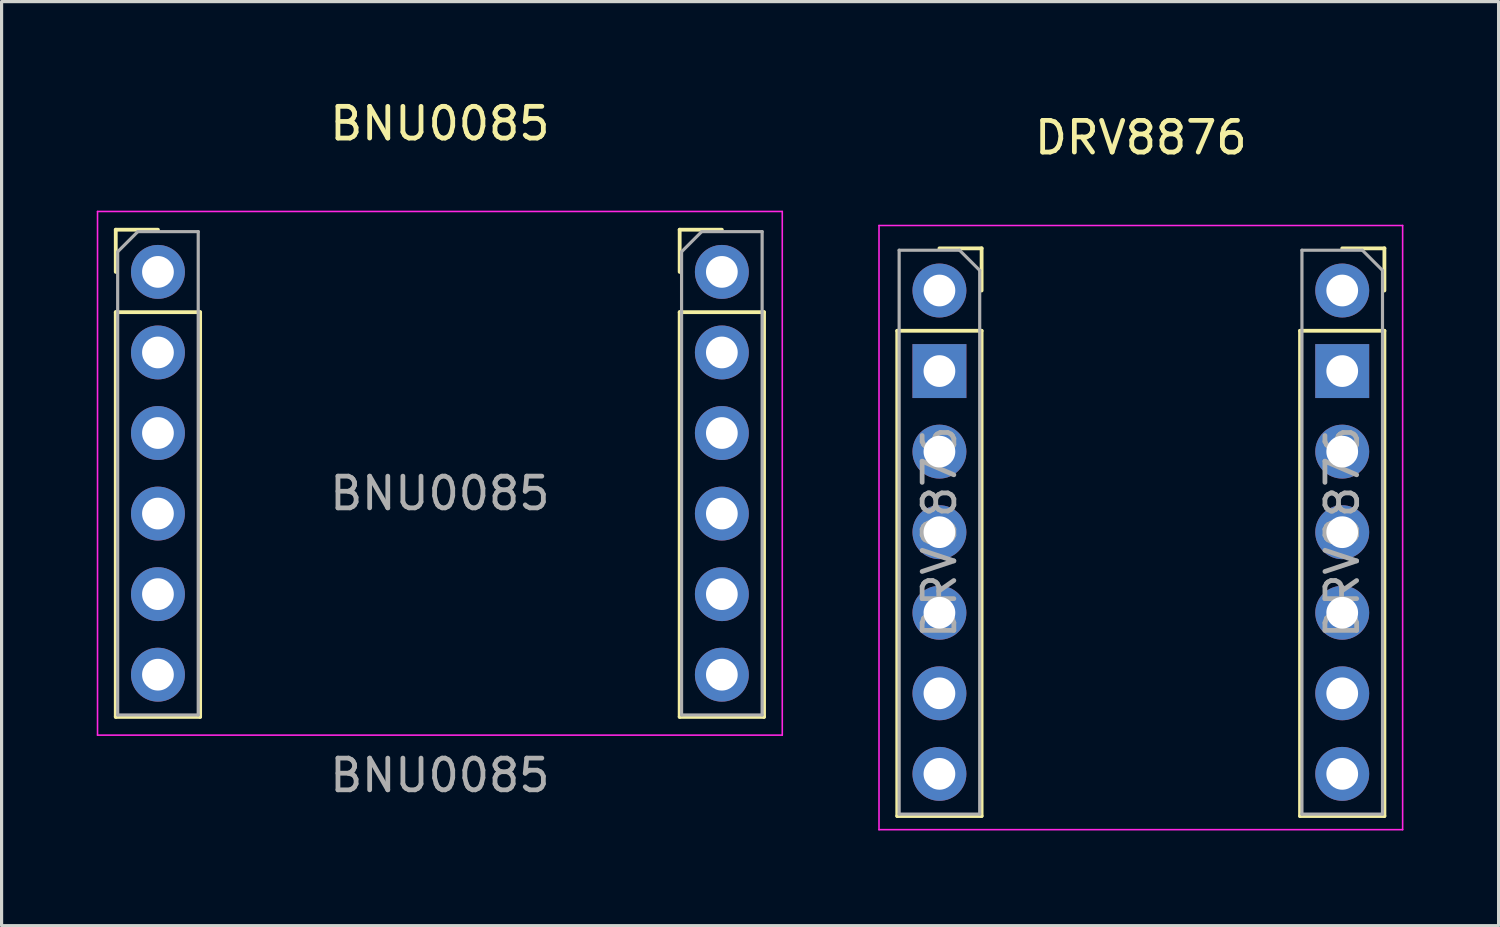
<source format=kicad_pcb>
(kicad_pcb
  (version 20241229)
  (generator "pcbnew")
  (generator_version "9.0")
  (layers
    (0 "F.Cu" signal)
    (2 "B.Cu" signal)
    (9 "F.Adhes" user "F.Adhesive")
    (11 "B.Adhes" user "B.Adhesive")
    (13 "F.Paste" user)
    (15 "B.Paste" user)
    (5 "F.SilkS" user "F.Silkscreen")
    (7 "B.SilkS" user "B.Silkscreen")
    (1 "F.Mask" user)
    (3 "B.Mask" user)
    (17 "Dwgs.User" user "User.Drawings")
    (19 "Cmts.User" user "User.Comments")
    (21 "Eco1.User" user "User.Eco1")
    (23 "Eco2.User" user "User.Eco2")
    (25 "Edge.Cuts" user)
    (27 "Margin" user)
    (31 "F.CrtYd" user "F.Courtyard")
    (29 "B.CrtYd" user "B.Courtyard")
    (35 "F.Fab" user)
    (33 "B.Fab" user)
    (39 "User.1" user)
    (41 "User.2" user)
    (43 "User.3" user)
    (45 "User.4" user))
  (footprint "BNU0085"
    (layer "F.Cu")
    (at 10.82 1.078)
    (property "Reference" "BNU0085" (at 0 -0.23 0) (unlocked yes) (layer "F.SilkS") (effects (font (size 1 1) (thickness 0.15))))
    (attr through_hole)
    (fp_line (start -10.22 3.115) (end -8.89 3.115) (stroke (width 0.12) (type solid)) (layer "F.SilkS"))
    (fp_line (start -10.22 4.445) (end -10.22 3.115) (stroke (width 0.12) (type solid)) (layer "F.SilkS"))
    (fp_line (start -10.22 5.715) (end -10.22 18.475) (stroke (width 0.12) (type solid)) (layer "F.SilkS"))
    (fp_line (start -10.22 5.715) (end -7.56 5.715) (stroke (width 0.12) (type solid)) (layer "F.SilkS"))
    (fp_line (start -10.22 18.475) (end -7.56 18.475) (stroke (width 0.12) (type solid)) (layer "F.SilkS"))
    (fp_line (start -7.56 5.715) (end -7.56 18.475) (stroke (width 0.12) (type solid)) (layer "F.SilkS"))
    (fp_line (start 7.56 3.115) (end 8.89 3.115) (stroke (width 0.12) (type solid)) (layer "F.SilkS"))
    (fp_line (start 7.56 4.445) (end 7.56 3.115) (stroke (width 0.12) (type solid)) (layer "F.SilkS"))
    (fp_line (start 7.56 5.715) (end 7.56 18.475) (stroke (width 0.12) (type solid)) (layer "F.SilkS"))
    (fp_line (start 7.56 5.715) (end 10.22 5.715) (stroke (width 0.12) (type solid)) (layer "F.SilkS"))
    (fp_line (start 7.56 18.475) (end 10.22 18.475) (stroke (width 0.12) (type solid)) (layer "F.SilkS"))
    (fp_line (start 10.22 5.715) (end 10.22 18.475) (stroke (width 0.12) (type solid)) (layer "F.SilkS"))
    (fp_line (start -10.795 2.54) (end -10.795 19.05) (stroke (width 0.05) (type solid)) (layer "F.CrtYd"))
    (fp_line (start -10.795 19.05) (end 10.795 19.05) (stroke (width 0.05) (type solid)) (layer "F.CrtYd"))
    (fp_line (start 10.795 2.54) (end -10.795 2.54) (stroke (width 0.05) (type solid)) (layer "F.CrtYd"))
    (fp_line (start 10.795 19.05) (end 10.795 2.54) (stroke (width 0.05) (type solid)) (layer "F.CrtYd"))
    (fp_line (start -10.16 3.81) (end -9.525 3.175) (stroke (width 0.1) (type solid)) (layer "F.Fab"))
    (fp_line (start -10.16 18.415) (end -10.16 3.81) (stroke (width 0.1) (type solid)) (layer "F.Fab"))
    (fp_line (start -9.525 3.175) (end -7.62 3.175) (stroke (width 0.1) (type solid)) (layer "F.Fab"))
    (fp_line (start -7.62 3.175) (end -7.62 18.415) (stroke (width 0.1) (type solid)) (layer "F.Fab"))
    (fp_line (start -7.62 18.415) (end -10.16 18.415) (stroke (width 0.1) (type solid)) (layer "F.Fab"))
    (fp_line (start 7.62 3.81) (end 8.255 3.175) (stroke (width 0.1) (type solid)) (layer "F.Fab"))
    (fp_line (start 7.62 18.415) (end 7.62 3.81) (stroke (width 0.1) (type solid)) (layer "F.Fab"))
    (fp_line (start 8.255 3.175) (end 10.16 3.175) (stroke (width 0.1) (type solid)) (layer "F.Fab"))
    (fp_line (start 10.16 3.175) (end 10.16 18.415) (stroke (width 0.1) (type solid)) (layer "F.Fab"))
    (fp_line (start 10.16 18.415) (end 7.62 18.415) (stroke (width 0.1) (type solid)) (layer "F.Fab"))
    (fp_text user "${REFERENCE}" (at 0 20.32 180) (layer "F.Fab") (effects (font (size 1 1) (thickness 0.15))))
    (fp_text user "${REFERENCE}" (at 0 11.43 180) (layer "F.Fab") (effects (font (size 1 1) (thickness 0.15))))
    (pad "1" thru_hole circle (at -8.89 4.445) (size 1.7 1.7) (drill 1) (layers "*.Cu" "*.Mask"))
    (pad "2" thru_hole oval (at -8.89 6.985) (size 1.7 1.7) (drill 1) (layers "*.Cu" "*.Mask"))
    (pad "3" thru_hole oval (at -8.89 9.525) (size 1.7 1.7) (drill 1) (layers "*.Cu" "*.Mask"))
    (pad "4" thru_hole oval (at -8.89 12.065) (size 1.7 1.7) (drill 1) (layers "*.Cu" "*.Mask"))
    (pad "5" thru_hole oval (at -8.89 14.605) (size 1.7 1.7) (drill 1) (layers "*.Cu" "*.Mask"))
    (pad "6" thru_hole oval (at -8.89 17.145) (size 1.7 1.7) (drill 1) (layers "*.Cu" "*.Mask"))
    (pad "7" thru_hole circle (at 8.89 17.145) (size 1.7 1.7) (drill 1) (layers "*.Cu" "*.Mask"))
    (pad "8" thru_hole circle (at 8.89 14.605) (size 1.7 1.7) (drill 1) (layers "*.Cu" "*.Mask"))
    (pad "9" thru_hole circle (at 8.89 12.065) (size 1.7 1.7) (drill 1) (layers "*.Cu" "*.Mask"))
    (pad "10" thru_hole oval (at 8.89 9.525) (size 1.7 1.7) (drill 1) (layers "*.Cu" "*.Mask"))
    (pad "11" thru_hole oval (at 8.89 6.985) (size 1.7 1.7) (drill 1) (layers "*.Cu" "*.Mask"))
    (pad "12" thru_hole circle (at 8.89 4.445) (size 1.7 1.7) (drill 1) (layers "*.Cu" "*.Mask")))
  (footprint "DRV8876"
    (layer "F.Cu")
    (at 32.92 0.25)
    (property "Reference" "DRV8876" (at 0 1.04 0) (unlocked yes) (layer "F.SilkS") (effects (font (size 1 1) (thickness 0.15))))
    (attr smd)
    (fp_line (start -7.68 7.13) (end -7.68 22.43) (stroke (width 0.12) (type solid)) (layer "F.SilkS"))
    (fp_line (start -7.68 7.13) (end -5.02 7.13) (stroke (width 0.12) (type solid)) (layer "F.SilkS"))
    (fp_line (start -7.68 22.43) (end -5.02 22.43) (stroke (width 0.12) (type solid)) (layer "F.SilkS"))
    (fp_line (start -6.35 4.53) (end -5.02 4.53) (stroke (width 0.12) (type solid)) (layer "F.SilkS"))
    (fp_line (start -5.02 4.53) (end -5.02 5.86) (stroke (width 0.12) (type solid)) (layer "F.SilkS"))
    (fp_line (start -5.02 7.13) (end -5.02 22.43) (stroke (width 0.12) (type solid)) (layer "F.SilkS"))
    (fp_line (start 5.02 7.13) (end 5.02 22.43) (stroke (width 0.12) (type solid)) (layer "F.SilkS"))
    (fp_line (start 5.02 7.13) (end 7.68 7.13) (stroke (width 0.12) (type solid)) (layer "F.SilkS"))
    (fp_line (start 5.02 22.43) (end 7.68 22.43) (stroke (width 0.12) (type solid)) (layer "F.SilkS"))
    (fp_line (start 6.35 4.53) (end 7.68 4.53) (stroke (width 0.12) (type solid)) (layer "F.SilkS"))
    (fp_line (start 7.68 4.53) (end 7.68 5.86) (stroke (width 0.12) (type solid)) (layer "F.SilkS"))
    (fp_line (start 7.68 7.13) (end 7.68 22.43) (stroke (width 0.12) (type solid)) (layer "F.SilkS"))
    (fp_line (start -8.255 3.81) (end -8.255 22.86) (stroke (width 0.05) (type solid)) (layer "F.CrtYd"))
    (fp_line (start -8.255 22.86) (end 8.255 22.86) (stroke (width 0.05) (type solid)) (layer "F.CrtYd"))
    (fp_line (start 8.255 3.81) (end -8.255 3.81) (stroke (width 0.05) (type solid)) (layer "F.CrtYd"))
    (fp_line (start 8.255 22.86) (end 8.255 3.81) (stroke (width 0.05) (type solid)) (layer "F.CrtYd"))
    (fp_line (start -7.62 4.59) (end -5.715 4.59) (stroke (width 0.1) (type solid)) (layer "F.Fab"))
    (fp_line (start -7.62 22.37) (end -7.62 4.59) (stroke (width 0.1) (type solid)) (layer "F.Fab"))
    (fp_line (start -5.715 4.59) (end -5.08 5.225) (stroke (width 0.1) (type solid)) (layer "F.Fab"))
    (fp_line (start -5.08 5.225) (end -5.08 22.37) (stroke (width 0.1) (type solid)) (layer "F.Fab"))
    (fp_line (start -5.08 22.37) (end -7.62 22.37) (stroke (width 0.1) (type solid)) (layer "F.Fab"))
    (fp_line (start 5.08 4.59) (end 6.985 4.59) (stroke (width 0.1) (type solid)) (layer "F.Fab"))
    (fp_line (start 5.08 22.37) (end 5.08 4.59) (stroke (width 0.1) (type solid)) (layer "F.Fab"))
    (fp_line (start 6.985 4.59) (end 7.62 5.225) (stroke (width 0.1) (type solid)) (layer "F.Fab"))
    (fp_line (start 7.62 5.225) (end 7.62 22.37) (stroke (width 0.1) (type solid)) (layer "F.Fab"))
    (fp_line (start 7.62 22.37) (end 5.08 22.37) (stroke (width 0.1) (type solid)) (layer "F.Fab"))
    (fp_text user "${REFERENCE}" (at 6.35 13.48 90) (layer "F.Fab") (effects (font (size 1 1) (thickness 0.15))))
    (fp_text user "${REFERENCE}" (at -6.35 13.48 90) (layer "F.Fab") (effects (font (size 1 1) (thickness 0.15))))
    (pad "1" thru_hole circle (at -6.35 5.86) (size 1.7 1.7) (drill 1) (layers "*.Cu" "*.Mask"))
    (pad "2" thru_hole rect (at -6.35 8.4) (size 1.7 1.7) (drill 1) (layers "*.Cu" "*.Mask"))
    (pad "3" thru_hole oval (at -6.35 10.94) (size 1.7 1.7) (drill 1) (layers "*.Cu" "*.Mask"))
    (pad "4" thru_hole oval (at -6.35 13.48) (size 1.7 1.7) (drill 1) (layers "*.Cu" "*.Mask"))
    (pad "5" thru_hole oval (at -6.35 16.02) (size 1.7 1.7) (drill 1) (layers "*.Cu" "*.Mask"))
    (pad "6" thru_hole oval (at -6.35 18.56) (size 1.7 1.7) (drill 1) (layers "*.Cu" "*.Mask"))
    (pad "7" thru_hole oval (at -6.35 21.1) (size 1.7 1.7) (drill 1) (layers "*.Cu" "*.Mask"))
    (pad "8" thru_hole oval (at 6.35 21.1) (size 1.7 1.7) (drill 1) (layers "*.Cu" "*.Mask"))
    (pad "9" thru_hole oval (at 6.35 18.56) (size 1.7 1.7) (drill 1) (layers "*.Cu" "*.Mask"))
    (pad "10" thru_hole oval (at 6.35 16.02) (size 1.7 1.7) (drill 1) (layers "*.Cu" "*.Mask"))
    (pad "11" thru_hole oval (at 6.35 13.48) (size 1.7 1.7) (drill 1) (layers "*.Cu" "*.Mask"))
    (pad "12" thru_hole oval (at 6.35 10.94) (size 1.7 1.7) (drill 1) (layers "*.Cu" "*.Mask"))
    (pad "13" thru_hole rect (at 6.35 8.4) (size 1.7 1.7) (drill 1) (layers "*.Cu" "*.Mask"))
    (pad "14" thru_hole circle (at 6.35 5.86) (size 1.7 1.7) (drill 1) (layers "*.Cu" "*.Mask")))
  (gr_rect
    (start -3 -3)
    (end 44.2 26.135)
    (stroke (width 0.1) (type default))
    (fill no)
    (layer "Edge.Cuts")))
</source>
